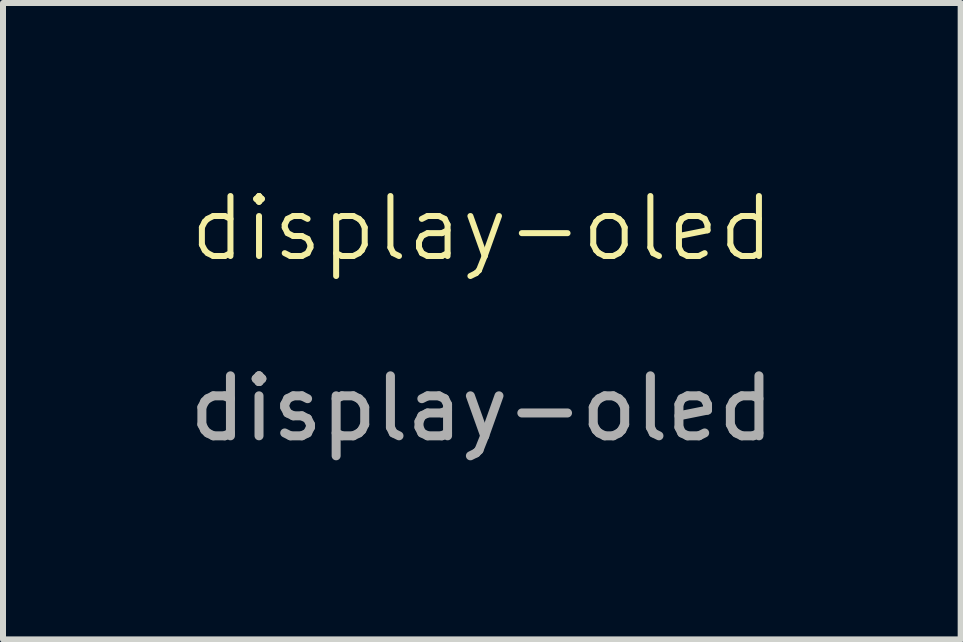
<source format=kicad_pcb>
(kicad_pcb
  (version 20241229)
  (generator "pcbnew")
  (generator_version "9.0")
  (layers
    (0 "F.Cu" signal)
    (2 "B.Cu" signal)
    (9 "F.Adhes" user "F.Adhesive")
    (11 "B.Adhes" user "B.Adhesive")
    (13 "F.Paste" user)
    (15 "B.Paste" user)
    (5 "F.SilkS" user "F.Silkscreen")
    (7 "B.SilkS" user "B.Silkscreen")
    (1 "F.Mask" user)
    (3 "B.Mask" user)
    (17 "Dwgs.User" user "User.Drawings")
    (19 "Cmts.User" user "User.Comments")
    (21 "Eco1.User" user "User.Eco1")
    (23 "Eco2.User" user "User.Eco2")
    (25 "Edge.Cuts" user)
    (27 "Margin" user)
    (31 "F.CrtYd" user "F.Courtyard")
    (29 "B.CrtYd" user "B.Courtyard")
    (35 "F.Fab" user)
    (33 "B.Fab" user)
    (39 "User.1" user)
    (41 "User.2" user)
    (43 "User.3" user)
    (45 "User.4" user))
  (footprint "display-oled"
    (layer "F.Cu")
    (at 4.982 1.26)
    (property "Reference" "display-oled" (at 0 -0.5 0) (unlocked yes) (layer "F.SilkS") (effects (font (size 1 1) (thickness 0.1))))
    (attr through_hole)
    (fp_text user "${REFERENCE}" (at 0 2.5 0) (unlocked yes) (layer "F.Fab") (effects (font (size 1 1) (thickness 0.15)))))
  (gr_rect
    (start -3 -3)
    (end 12.964 7.609)
    (stroke (width 0.1) (type default))
    (fill no)
    (layer "Edge.Cuts")))
</source>
